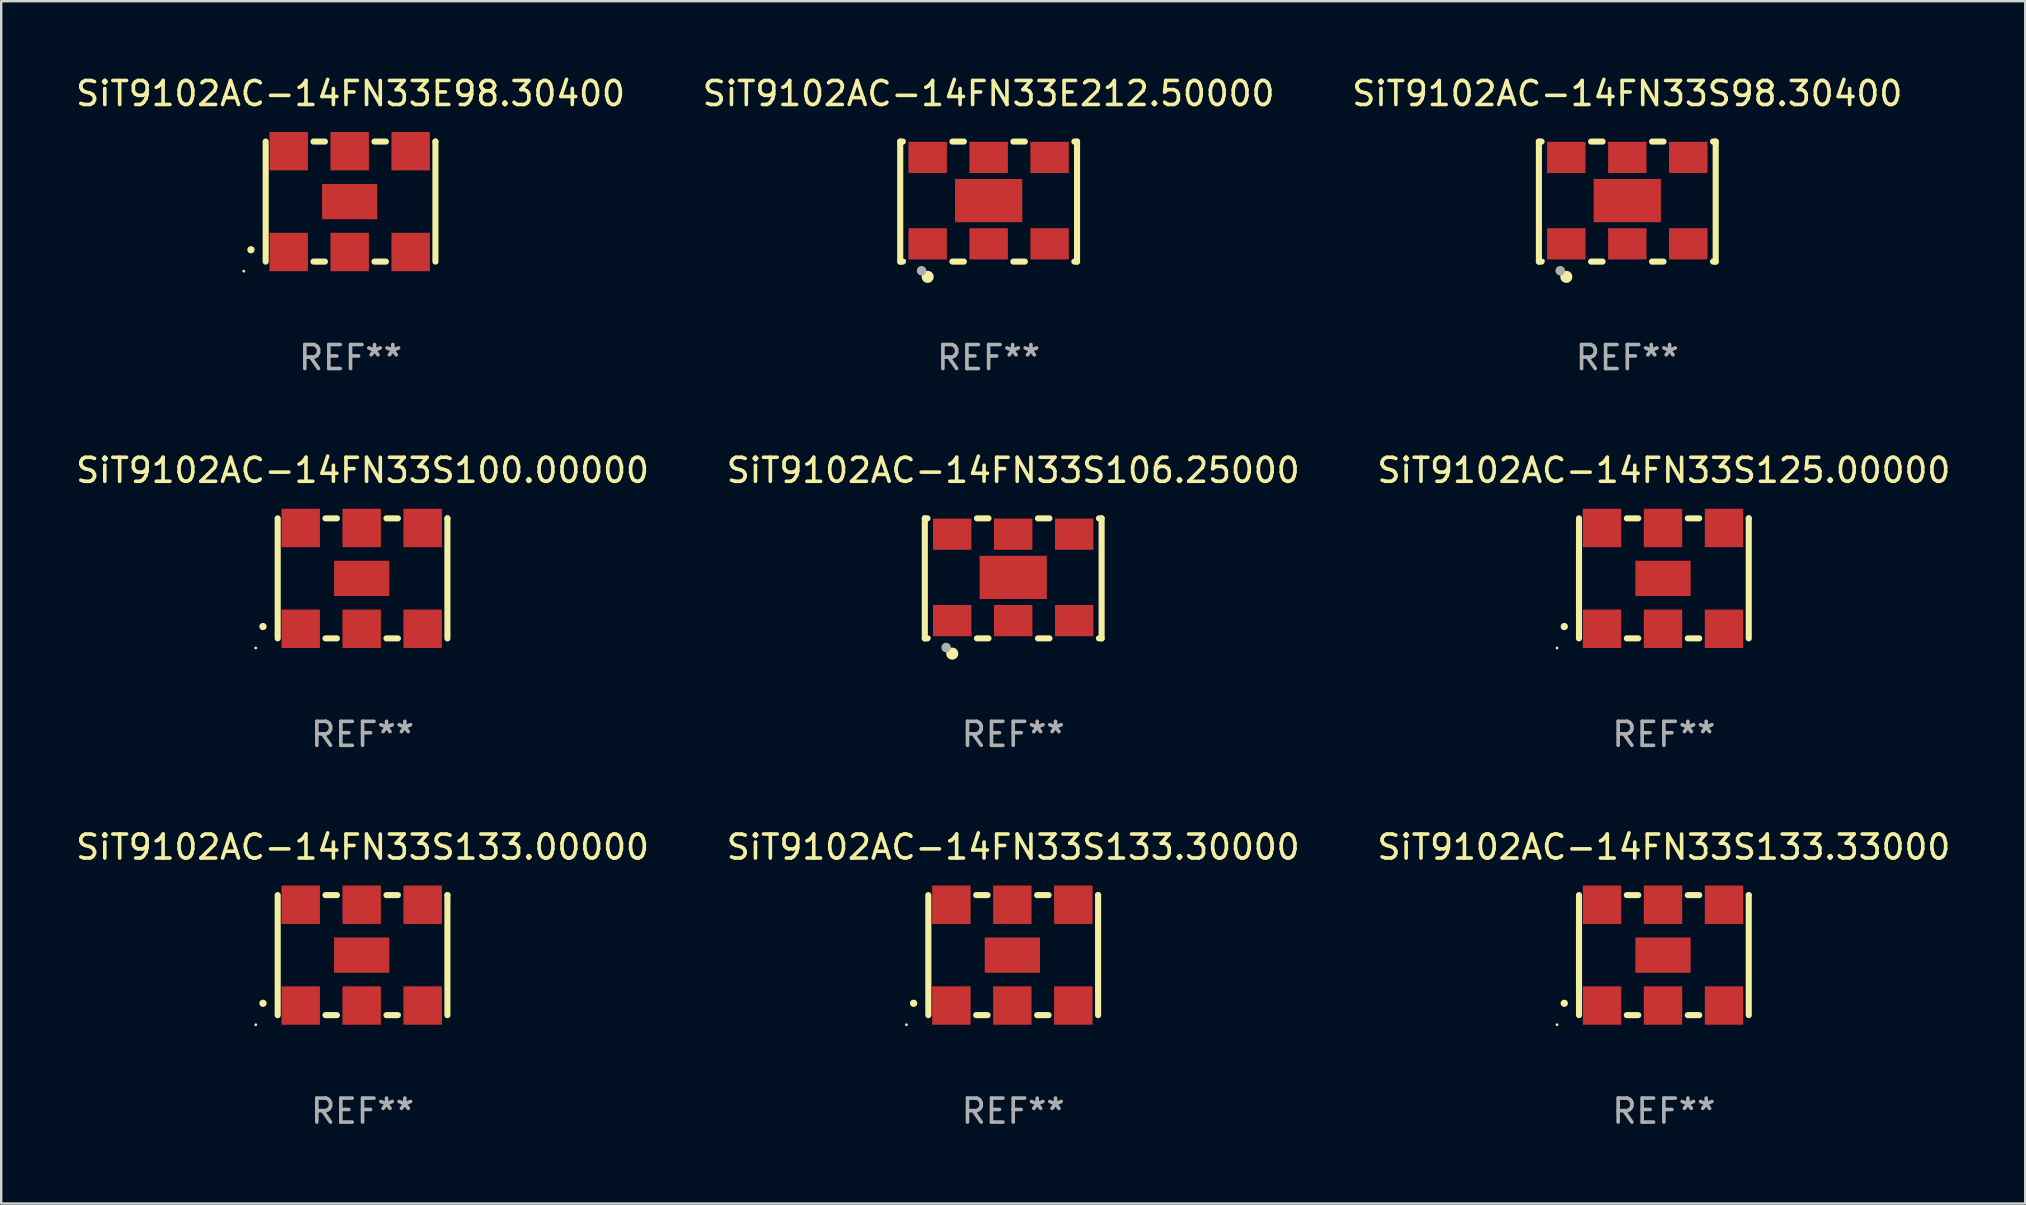
<source format=kicad_pcb>
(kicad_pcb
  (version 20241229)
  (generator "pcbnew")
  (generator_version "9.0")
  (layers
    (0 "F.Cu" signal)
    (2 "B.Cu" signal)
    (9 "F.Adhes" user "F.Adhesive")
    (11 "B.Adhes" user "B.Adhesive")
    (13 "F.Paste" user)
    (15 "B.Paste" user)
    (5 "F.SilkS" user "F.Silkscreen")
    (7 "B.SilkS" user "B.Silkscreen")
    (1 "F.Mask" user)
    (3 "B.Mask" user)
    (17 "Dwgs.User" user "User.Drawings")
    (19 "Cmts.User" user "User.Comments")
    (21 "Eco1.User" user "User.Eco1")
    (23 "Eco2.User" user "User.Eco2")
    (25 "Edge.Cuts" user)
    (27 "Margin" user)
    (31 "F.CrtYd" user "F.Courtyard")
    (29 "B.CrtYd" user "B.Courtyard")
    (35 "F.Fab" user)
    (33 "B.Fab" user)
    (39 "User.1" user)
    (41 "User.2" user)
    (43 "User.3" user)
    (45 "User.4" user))
  (footprint "SiT9102AC-14FN33E212.50000"
    (layer "F.Cu")
    (at 38.137 5.348)
    (property "Reference" "SiT9102AC-14FN33E212.50000" (at 0 -4.5 0) (layer "F.SilkS") (effects (font (size 1 1) (thickness 0.15))))
    (attr through_hole)
    (fp_line (start -3.683 -2.5) (end -3.571 -2.5) (stroke (width 0.254) (type solid)) (layer "F.SilkS"))
    (fp_line (start -3.683 2.5) (end -3.683 -2.5) (stroke (width 0.254) (type solid)) (layer "F.SilkS"))
    (fp_line (start -3.683 2.5) (end -3.571 2.5) (stroke (width 0.254) (type solid)) (layer "F.SilkS"))
    (fp_line (start -1.509 -2.5) (end -1.031 -2.5) (stroke (width 0.254) (type solid)) (layer "F.SilkS"))
    (fp_line (start -1.509 2.5) (end -1.031 2.5) (stroke (width 0.254) (type solid)) (layer "F.SilkS"))
    (fp_line (start 1.031 -2.5) (end 1.509 -2.5) (stroke (width 0.254) (type solid)) (layer "F.SilkS"))
    (fp_line (start 1.031 2.5) (end 1.509 2.5) (stroke (width 0.254) (type solid)) (layer "F.SilkS"))
    (fp_line (start 3.571 -2.5) (end 3.683 -2.5) (stroke (width 0.254) (type solid)) (layer "F.SilkS"))
    (fp_line (start 3.571 2.5) (end 3.683 2.5) (stroke (width 0.254) (type solid)) (layer "F.SilkS"))
    (fp_line (start 3.683 2.5) (end 3.683 -2.5) (stroke (width 0.254) (type solid)) (layer "F.SilkS"))
    (fp_circle (center -3.5 2.46) (end -3.47 2.46) (stroke (width 0.06) (type solid)) (fill no) (layer "F.SilkS"))
    (fp_circle (center -2.54 3.135) (end -2.413 3.135) (stroke (width 0.254) (type solid)) (fill no) (layer "F.SilkS"))
    (fp_circle (center -2.794 2.881) (end -2.694 2.881) (stroke (width 0.2) (type solid)) (fill no) (layer "F.Fab"))
    (fp_text user "REF**" (at 0 6.5 0) (layer "F.Fab") (effects (font (size 1 1) (thickness 0.15))))
    (pad "1" smd rect (at -2.54 1.76) (size 1.6 1.3) (layers "F.Cu" "F.Mask" "F.Paste"))
    (pad "2" smd rect (at 0 1.76) (size 1.6 1.3) (layers "F.Cu" "F.Mask" "F.Paste"))
    (pad "3" smd rect (at 2.54 1.76) (size 1.6 1.3) (layers "F.Cu" "F.Mask" "F.Paste"))
    (pad "4" smd rect (at 2.54 -1.84) (size 1.6 1.3) (layers "F.Cu" "F.Mask" "F.Paste"))
    (pad "5" smd rect (at 0 -1.84) (size 1.6 1.3) (layers "F.Cu" "F.Mask" "F.Paste"))
    (pad "6" smd rect (at -2.54 -1.84) (size 1.6 1.3) (layers "F.Cu" "F.Mask" "F.Paste"))
    (pad "7" smd rect (at 0 -0.04) (size 2.8 1.8) (layers "F.Cu" "F.Mask" "F.Paste")))
  (footprint "SiT9102AC-14FN33S125.00000"
    (layer "F.Cu")
    (at 66.268 21.045)
    (property "Reference" "SiT9102AC-14FN33S125.00000" (at 0 -4.5 0) (layer "F.SilkS") (effects (font (size 1 1) (thickness 0.15))))
    (attr through_hole)
    (fp_line (start -3.536 -2.5) (end -3.536 2.5) (stroke (width 0.254) (type solid)) (layer "F.SilkS"))
    (fp_line (start -1.544 2.5) (end -1.067 2.5) (stroke (width 0.254) (type solid)) (layer "F.SilkS"))
    (fp_line (start -1.067 -2.5) (end -1.544 -2.5) (stroke (width 0.254) (type solid)) (layer "F.SilkS"))
    (fp_line (start 0.996 2.5) (end 1.473 2.5) (stroke (width 0.254) (type solid)) (layer "F.SilkS"))
    (fp_line (start 1.473 -2.5) (end 0.996 -2.5) (stroke (width 0.254) (type solid)) (layer "F.SilkS"))
    (fp_line (start 3.536 -2.5) (end 3.536 -2.5) (stroke (width 0.254) (type solid)) (layer "F.SilkS"))
    (fp_line (start 3.536 2.5) (end 3.536 -2.5) (stroke (width 0.254) (type solid)) (layer "F.SilkS"))
    (fp_arc (start -4.150432 2.006604) (mid -4.149162 2.006599) (end -4.147892 2.006604) (stroke (width 0.3) (type solid)) (layer "F.SilkS"))
    (fp_circle (center -4.449 2.9) (end -4.419 2.9) (stroke (width 0.06) (type solid)) (fill no) (layer "F.SilkS"))
    (fp_text user "REF**" (at 0 6.5 0) (layer "F.Fab") (effects (font (size 1 1) (thickness 0.15))))
    (pad "1" smd rect (at -2.576 2.1) (size 1.6 1.6) (layers "F.Cu" "F.Mask" "F.Paste"))
    (pad "2" smd rect (at -0.036 2.1) (size 1.6 1.6) (layers "F.Cu" "F.Mask" "F.Paste"))
    (pad "3" smd rect (at 2.504 2.1) (size 1.6 1.6) (layers "F.Cu" "F.Mask" "F.Paste"))
    (pad "4" smd rect (at 2.504 -2.1) (size 1.6 1.6) (layers "F.Cu" "F.Mask" "F.Paste"))
    (pad "5" smd rect (at -0.036 -2.1) (size 1.6 1.6) (layers "F.Cu" "F.Mask" "F.Paste"))
    (pad "6" smd rect (at -2.576 -2.1) (size 1.6 1.6) (layers "F.Cu" "F.Mask" "F.Paste"))
    (pad "7" smd rect (at -0.036 0) (size 2.3 1.47) (layers "F.Cu" "F.Mask" "F.Paste")))
  (footprint "SiT9102AC-14FN33E98.30400"
    (layer "F.Cu")
    (at 11.554 5.348)
    (property "Reference" "SiT9102AC-14FN33E98.30400" (at 0 -4.5 0) (layer "F.SilkS") (effects (font (size 1 1) (thickness 0.15))))
    (attr through_hole)
    (fp_line (start -3.536 -2.5) (end -3.536 2.5) (stroke (width 0.254) (type solid)) (layer "F.SilkS"))
    (fp_line (start -1.544 2.5) (end -1.067 2.5) (stroke (width 0.254) (type solid)) (layer "F.SilkS"))
    (fp_line (start -1.067 -2.5) (end -1.544 -2.5) (stroke (width 0.254) (type solid)) (layer "F.SilkS"))
    (fp_line (start 0.996 2.5) (end 1.473 2.5) (stroke (width 0.254) (type solid)) (layer "F.SilkS"))
    (fp_line (start 1.473 -2.5) (end 0.996 -2.5) (stroke (width 0.254) (type solid)) (layer "F.SilkS"))
    (fp_line (start 3.536 -2.5) (end 3.536 -2.5) (stroke (width 0.254) (type solid)) (layer "F.SilkS"))
    (fp_line (start 3.536 2.5) (end 3.536 -2.5) (stroke (width 0.254) (type solid)) (layer "F.SilkS"))
    (fp_arc (start -4.150432 2.006604) (mid -4.149162 2.006599) (end -4.147892 2.006604) (stroke (width 0.3) (type solid)) (layer "F.SilkS"))
    (fp_circle (center -4.449 2.9) (end -4.419 2.9) (stroke (width 0.06) (type solid)) (fill no) (layer "F.SilkS"))
    (fp_text user "REF**" (at 0 6.5 0) (layer "F.Fab") (effects (font (size 1 1) (thickness 0.15))))
    (pad "1" smd rect (at -2.576 2.1) (size 1.6 1.6) (layers "F.Cu" "F.Mask" "F.Paste"))
    (pad "2" smd rect (at -0.036 2.1) (size 1.6 1.6) (layers "F.Cu" "F.Mask" "F.Paste"))
    (pad "3" smd rect (at 2.504 2.1) (size 1.6 1.6) (layers "F.Cu" "F.Mask" "F.Paste"))
    (pad "4" smd rect (at 2.504 -2.1) (size 1.6 1.6) (layers "F.Cu" "F.Mask" "F.Paste"))
    (pad "5" smd rect (at -0.036 -2.1) (size 1.6 1.6) (layers "F.Cu" "F.Mask" "F.Paste"))
    (pad "6" smd rect (at -2.576 -2.1) (size 1.6 1.6) (layers "F.Cu" "F.Mask" "F.Paste"))
    (pad "7" smd rect (at -0.036 0) (size 2.3 1.47) (layers "F.Cu" "F.Mask" "F.Paste")))
  (footprint "SiT9102AC-14FN33S98.30400"
    (layer "F.Cu")
    (at 64.744 5.348)
    (property "Reference" "SiT9102AC-14FN33S98.30400" (at 0 -4.5 0) (layer "F.SilkS") (effects (font (size 1 1) (thickness 0.15))))
    (attr through_hole)
    (fp_line (start -3.683 -2.5) (end -3.571 -2.5) (stroke (width 0.254) (type solid)) (layer "F.SilkS"))
    (fp_line (start -3.683 2.5) (end -3.683 -2.5) (stroke (width 0.254) (type solid)) (layer "F.SilkS"))
    (fp_line (start -3.683 2.5) (end -3.571 2.5) (stroke (width 0.254) (type solid)) (layer "F.SilkS"))
    (fp_line (start -1.509 -2.5) (end -1.031 -2.5) (stroke (width 0.254) (type solid)) (layer "F.SilkS"))
    (fp_line (start -1.509 2.5) (end -1.031 2.5) (stroke (width 0.254) (type solid)) (layer "F.SilkS"))
    (fp_line (start 1.031 -2.5) (end 1.509 -2.5) (stroke (width 0.254) (type solid)) (layer "F.SilkS"))
    (fp_line (start 1.031 2.5) (end 1.509 2.5) (stroke (width 0.254) (type solid)) (layer "F.SilkS"))
    (fp_line (start 3.571 -2.5) (end 3.683 -2.5) (stroke (width 0.254) (type solid)) (layer "F.SilkS"))
    (fp_line (start 3.571 2.5) (end 3.683 2.5) (stroke (width 0.254) (type solid)) (layer "F.SilkS"))
    (fp_line (start 3.683 2.5) (end 3.683 -2.5) (stroke (width 0.254) (type solid)) (layer "F.SilkS"))
    (fp_circle (center -3.5 2.46) (end -3.47 2.46) (stroke (width 0.06) (type solid)) (fill no) (layer "F.SilkS"))
    (fp_circle (center -2.54 3.135) (end -2.413 3.135) (stroke (width 0.254) (type solid)) (fill no) (layer "F.SilkS"))
    (fp_circle (center -2.794 2.881) (end -2.694 2.881) (stroke (width 0.2) (type solid)) (fill no) (layer "F.Fab"))
    (fp_text user "REF**" (at 0 6.5 0) (layer "F.Fab") (effects (font (size 1 1) (thickness 0.15))))
    (pad "1" smd rect (at -2.54 1.76) (size 1.6 1.3) (layers "F.Cu" "F.Mask" "F.Paste"))
    (pad "2" smd rect (at 0 1.76) (size 1.6 1.3) (layers "F.Cu" "F.Mask" "F.Paste"))
    (pad "3" smd rect (at 2.54 1.76) (size 1.6 1.3) (layers "F.Cu" "F.Mask" "F.Paste"))
    (pad "4" smd rect (at 2.54 -1.84) (size 1.6 1.3) (layers "F.Cu" "F.Mask" "F.Paste"))
    (pad "5" smd rect (at 0 -1.84) (size 1.6 1.3) (layers "F.Cu" "F.Mask" "F.Paste"))
    (pad "6" smd rect (at -2.54 -1.84) (size 1.6 1.3) (layers "F.Cu" "F.Mask" "F.Paste"))
    (pad "7" smd rect (at 0 -0.04) (size 2.8 1.8) (layers "F.Cu" "F.Mask" "F.Paste")))
  (footprint "SiT9102AC-14FN33S133.30000"
    (layer "F.Cu")
    (at 39.161 36.741)
    (property "Reference" "SiT9102AC-14FN33S133.30000" (at 0 -4.5 0) (layer "F.SilkS") (effects (font (size 1 1) (thickness 0.15))))
    (attr through_hole)
    (fp_line (start -3.536 -2.5) (end -3.536 2.5) (stroke (width 0.254) (type solid)) (layer "F.SilkS"))
    (fp_line (start -1.544 2.5) (end -1.067 2.5) (stroke (width 0.254) (type solid)) (layer "F.SilkS"))
    (fp_line (start -1.067 -2.5) (end -1.544 -2.5) (stroke (width 0.254) (type solid)) (layer "F.SilkS"))
    (fp_line (start 0.996 2.5) (end 1.473 2.5) (stroke (width 0.254) (type solid)) (layer "F.SilkS"))
    (fp_line (start 1.473 -2.5) (end 0.996 -2.5) (stroke (width 0.254) (type solid)) (layer "F.SilkS"))
    (fp_line (start 3.536 -2.5) (end 3.536 -2.5) (stroke (width 0.254) (type solid)) (layer "F.SilkS"))
    (fp_line (start 3.536 2.5) (end 3.536 -2.5) (stroke (width 0.254) (type solid)) (layer "F.SilkS"))
    (fp_arc (start -4.150432 2.006604) (mid -4.149162 2.006599) (end -4.147892 2.006604) (stroke (width 0.3) (type solid)) (layer "F.SilkS"))
    (fp_circle (center -4.449 2.9) (end -4.419 2.9) (stroke (width 0.06) (type solid)) (fill no) (layer "F.SilkS"))
    (fp_text user "REF**" (at 0 6.5 0) (layer "F.Fab") (effects (font (size 1 1) (thickness 0.15))))
    (pad "1" smd rect (at -2.576 2.1) (size 1.6 1.6) (layers "F.Cu" "F.Mask" "F.Paste"))
    (pad "2" smd rect (at -0.036 2.1) (size 1.6 1.6) (layers "F.Cu" "F.Mask" "F.Paste"))
    (pad "3" smd rect (at 2.504 2.1) (size 1.6 1.6) (layers "F.Cu" "F.Mask" "F.Paste"))
    (pad "4" smd rect (at 2.504 -2.1) (size 1.6 1.6) (layers "F.Cu" "F.Mask" "F.Paste"))
    (pad "5" smd rect (at -0.036 -2.1) (size 1.6 1.6) (layers "F.Cu" "F.Mask" "F.Paste"))
    (pad "6" smd rect (at -2.576 -2.1) (size 1.6 1.6) (layers "F.Cu" "F.Mask" "F.Paste"))
    (pad "7" smd rect (at -0.036 0) (size 2.3 1.47) (layers "F.Cu" "F.Mask" "F.Paste")))
  (footprint "SiT9102AC-14FN33S100.00000"
    (layer "F.Cu")
    (at 12.054 21.045)
    (property "Reference" "SiT9102AC-14FN33S100.00000" (at 0 -4.5 0) (layer "F.SilkS") (effects (font (size 1 1) (thickness 0.15))))
    (attr through_hole)
    (fp_line (start -3.536 -2.5) (end -3.536 2.5) (stroke (width 0.254) (type solid)) (layer "F.SilkS"))
    (fp_line (start -1.544 2.5) (end -1.067 2.5) (stroke (width 0.254) (type solid)) (layer "F.SilkS"))
    (fp_line (start -1.067 -2.5) (end -1.544 -2.5) (stroke (width 0.254) (type solid)) (layer "F.SilkS"))
    (fp_line (start 0.996 2.5) (end 1.473 2.5) (stroke (width 0.254) (type solid)) (layer "F.SilkS"))
    (fp_line (start 1.473 -2.5) (end 0.996 -2.5) (stroke (width 0.254) (type solid)) (layer "F.SilkS"))
    (fp_line (start 3.536 -2.5) (end 3.536 -2.5) (stroke (width 0.254) (type solid)) (layer "F.SilkS"))
    (fp_line (start 3.536 2.5) (end 3.536 -2.5) (stroke (width 0.254) (type solid)) (layer "F.SilkS"))
    (fp_arc (start -4.150432 2.006604) (mid -4.149162 2.006599) (end -4.147892 2.006604) (stroke (width 0.3) (type solid)) (layer "F.SilkS"))
    (fp_circle (center -4.449 2.9) (end -4.419 2.9) (stroke (width 0.06) (type solid)) (fill no) (layer "F.SilkS"))
    (fp_text user "REF**" (at 0 6.5 0) (layer "F.Fab") (effects (font (size 1 1) (thickness 0.15))))
    (pad "1" smd rect (at -2.576 2.1) (size 1.6 1.6) (layers "F.Cu" "F.Mask" "F.Paste"))
    (pad "2" smd rect (at -0.036 2.1) (size 1.6 1.6) (layers "F.Cu" "F.Mask" "F.Paste"))
    (pad "3" smd rect (at 2.504 2.1) (size 1.6 1.6) (layers "F.Cu" "F.Mask" "F.Paste"))
    (pad "4" smd rect (at 2.504 -2.1) (size 1.6 1.6) (layers "F.Cu" "F.Mask" "F.Paste"))
    (pad "5" smd rect (at -0.036 -2.1) (size 1.6 1.6) (layers "F.Cu" "F.Mask" "F.Paste"))
    (pad "6" smd rect (at -2.576 -2.1) (size 1.6 1.6) (layers "F.Cu" "F.Mask" "F.Paste"))
    (pad "7" smd rect (at -0.036 0) (size 2.3 1.47) (layers "F.Cu" "F.Mask" "F.Paste")))
  (footprint "SiT9102AC-14FN33S133.33000"
    (layer "F.Cu")
    (at 66.268 36.741)
    (property "Reference" "SiT9102AC-14FN33S133.33000" (at 0 -4.5 0) (layer "F.SilkS") (effects (font (size 1 1) (thickness 0.15))))
    (attr through_hole)
    (fp_line (start -3.536 -2.5) (end -3.536 2.5) (stroke (width 0.254) (type solid)) (layer "F.SilkS"))
    (fp_line (start -1.544 2.5) (end -1.067 2.5) (stroke (width 0.254) (type solid)) (layer "F.SilkS"))
    (fp_line (start -1.067 -2.5) (end -1.544 -2.5) (stroke (width 0.254) (type solid)) (layer "F.SilkS"))
    (fp_line (start 0.996 2.5) (end 1.473 2.5) (stroke (width 0.254) (type solid)) (layer "F.SilkS"))
    (fp_line (start 1.473 -2.5) (end 0.996 -2.5) (stroke (width 0.254) (type solid)) (layer "F.SilkS"))
    (fp_line (start 3.536 -2.5) (end 3.536 -2.5) (stroke (width 0.254) (type solid)) (layer "F.SilkS"))
    (fp_line (start 3.536 2.5) (end 3.536 -2.5) (stroke (width 0.254) (type solid)) (layer "F.SilkS"))
    (fp_arc (start -4.150432 2.006604) (mid -4.149162 2.006599) (end -4.147892 2.006604) (stroke (width 0.3) (type solid)) (layer "F.SilkS"))
    (fp_circle (center -4.449 2.9) (end -4.419 2.9) (stroke (width 0.06) (type solid)) (fill no) (layer "F.SilkS"))
    (fp_text user "REF**" (at 0 6.5 0) (layer "F.Fab") (effects (font (size 1 1) (thickness 0.15))))
    (pad "1" smd rect (at -2.576 2.1) (size 1.6 1.6) (layers "F.Cu" "F.Mask" "F.Paste"))
    (pad "2" smd rect (at -0.036 2.1) (size 1.6 1.6) (layers "F.Cu" "F.Mask" "F.Paste"))
    (pad "3" smd rect (at 2.504 2.1) (size 1.6 1.6) (layers "F.Cu" "F.Mask" "F.Paste"))
    (pad "4" smd rect (at 2.504 -2.1) (size 1.6 1.6) (layers "F.Cu" "F.Mask" "F.Paste"))
    (pad "5" smd rect (at -0.036 -2.1) (size 1.6 1.6) (layers "F.Cu" "F.Mask" "F.Paste"))
    (pad "6" smd rect (at -2.576 -2.1) (size 1.6 1.6) (layers "F.Cu" "F.Mask" "F.Paste"))
    (pad "7" smd rect (at -0.036 0) (size 2.3 1.47) (layers "F.Cu" "F.Mask" "F.Paste")))
  (footprint "SiT9102AC-14FN33S106.25000"
    (layer "F.Cu")
    (at 39.161 21.045)
    (property "Reference" "SiT9102AC-14FN33S106.25000" (at 0 -4.5 0) (layer "F.SilkS") (effects (font (size 1 1) (thickness 0.15))))
    (attr through_hole)
    (fp_line (start -3.683 -2.5) (end -3.571 -2.5) (stroke (width 0.254) (type solid)) (layer "F.SilkS"))
    (fp_line (start -3.683 2.5) (end -3.683 -2.5) (stroke (width 0.254) (type solid)) (layer "F.SilkS"))
    (fp_line (start -3.683 2.5) (end -3.571 2.5) (stroke (width 0.254) (type solid)) (layer "F.SilkS"))
    (fp_line (start -1.509 -2.5) (end -1.031 -2.5) (stroke (width 0.254) (type solid)) (layer "F.SilkS"))
    (fp_line (start -1.509 2.5) (end -1.031 2.5) (stroke (width 0.254) (type solid)) (layer "F.SilkS"))
    (fp_line (start 1.031 -2.5) (end 1.509 -2.5) (stroke (width 0.254) (type solid)) (layer "F.SilkS"))
    (fp_line (start 1.031 2.5) (end 1.509 2.5) (stroke (width 0.254) (type solid)) (layer "F.SilkS"))
    (fp_line (start 3.571 -2.5) (end 3.683 -2.5) (stroke (width 0.254) (type solid)) (layer "F.SilkS"))
    (fp_line (start 3.571 2.5) (end 3.683 2.5) (stroke (width 0.254) (type solid)) (layer "F.SilkS"))
    (fp_line (start 3.683 2.5) (end 3.683 -2.5) (stroke (width 0.254) (type solid)) (layer "F.SilkS"))
    (fp_circle (center -3.5 2.46) (end -3.47 2.46) (stroke (width 0.06) (type solid)) (fill no) (layer "F.SilkS"))
    (fp_circle (center -2.54 3.135) (end -2.413 3.135) (stroke (width 0.254) (type solid)) (fill no) (layer "F.SilkS"))
    (fp_circle (center -2.794 2.881) (end -2.694 2.881) (stroke (width 0.2) (type solid)) (fill no) (layer "F.Fab"))
    (fp_text user "REF**" (at 0 6.5 0) (layer "F.Fab") (effects (font (size 1 1) (thickness 0.15))))
    (pad "1" smd rect (at -2.54 1.76) (size 1.6 1.3) (layers "F.Cu" "F.Mask" "F.Paste"))
    (pad "2" smd rect (at 0 1.76) (size 1.6 1.3) (layers "F.Cu" "F.Mask" "F.Paste"))
    (pad "3" smd rect (at 2.54 1.76) (size 1.6 1.3) (layers "F.Cu" "F.Mask" "F.Paste"))
    (pad "4" smd rect (at 2.54 -1.84) (size 1.6 1.3) (layers "F.Cu" "F.Mask" "F.Paste"))
    (pad "5" smd rect (at 0 -1.84) (size 1.6 1.3) (layers "F.Cu" "F.Mask" "F.Paste"))
    (pad "6" smd rect (at -2.54 -1.84) (size 1.6 1.3) (layers "F.Cu" "F.Mask" "F.Paste"))
    (pad "7" smd rect (at 0 -0.04) (size 2.8 1.8) (layers "F.Cu" "F.Mask" "F.Paste")))
  (footprint "SiT9102AC-14FN33S133.00000"
    (layer "F.Cu")
    (at 12.054 36.741)
    (property "Reference" "SiT9102AC-14FN33S133.00000" (at 0 -4.5 0) (layer "F.SilkS") (effects (font (size 1 1) (thickness 0.15))))
    (attr through_hole)
    (fp_line (start -3.536 -2.5) (end -3.536 2.5) (stroke (width 0.254) (type solid)) (layer "F.SilkS"))
    (fp_line (start -1.544 2.5) (end -1.067 2.5) (stroke (width 0.254) (type solid)) (layer "F.SilkS"))
    (fp_line (start -1.067 -2.5) (end -1.544 -2.5) (stroke (width 0.254) (type solid)) (layer "F.SilkS"))
    (fp_line (start 0.996 2.5) (end 1.473 2.5) (stroke (width 0.254) (type solid)) (layer "F.SilkS"))
    (fp_line (start 1.473 -2.5) (end 0.996 -2.5) (stroke (width 0.254) (type solid)) (layer "F.SilkS"))
    (fp_line (start 3.536 -2.5) (end 3.536 -2.5) (stroke (width 0.254) (type solid)) (layer "F.SilkS"))
    (fp_line (start 3.536 2.5) (end 3.536 -2.5) (stroke (width 0.254) (type solid)) (layer "F.SilkS"))
    (fp_arc (start -4.150432 2.006604) (mid -4.149162 2.006599) (end -4.147892 2.006604) (stroke (width 0.3) (type solid)) (layer "F.SilkS"))
    (fp_circle (center -4.449 2.9) (end -4.419 2.9) (stroke (width 0.06) (type solid)) (fill no) (layer "F.SilkS"))
    (fp_text user "REF**" (at 0 6.5 0) (layer "F.Fab") (effects (font (size 1 1) (thickness 0.15))))
    (pad "1" smd rect (at -2.576 2.1) (size 1.6 1.6) (layers "F.Cu" "F.Mask" "F.Paste"))
    (pad "2" smd rect (at -0.036 2.1) (size 1.6 1.6) (layers "F.Cu" "F.Mask" "F.Paste"))
    (pad "3" smd rect (at 2.504 2.1) (size 1.6 1.6) (layers "F.Cu" "F.Mask" "F.Paste"))
    (pad "4" smd rect (at 2.504 -2.1) (size 1.6 1.6) (layers "F.Cu" "F.Mask" "F.Paste"))
    (pad "5" smd rect (at -0.036 -2.1) (size 1.6 1.6) (layers "F.Cu" "F.Mask" "F.Paste"))
    (pad "6" smd rect (at -2.576 -2.1) (size 1.6 1.6) (layers "F.Cu" "F.Mask" "F.Paste"))
    (pad "7" smd rect (at -0.036 0) (size 2.3 1.47) (layers "F.Cu" "F.Mask" "F.Paste")))
  (gr_rect
    (start -3 -3)
    (end 81.321 47.09)
    (stroke (width 0.1) (type default))
    (fill no)
    (layer "Edge.Cuts")))
</source>
